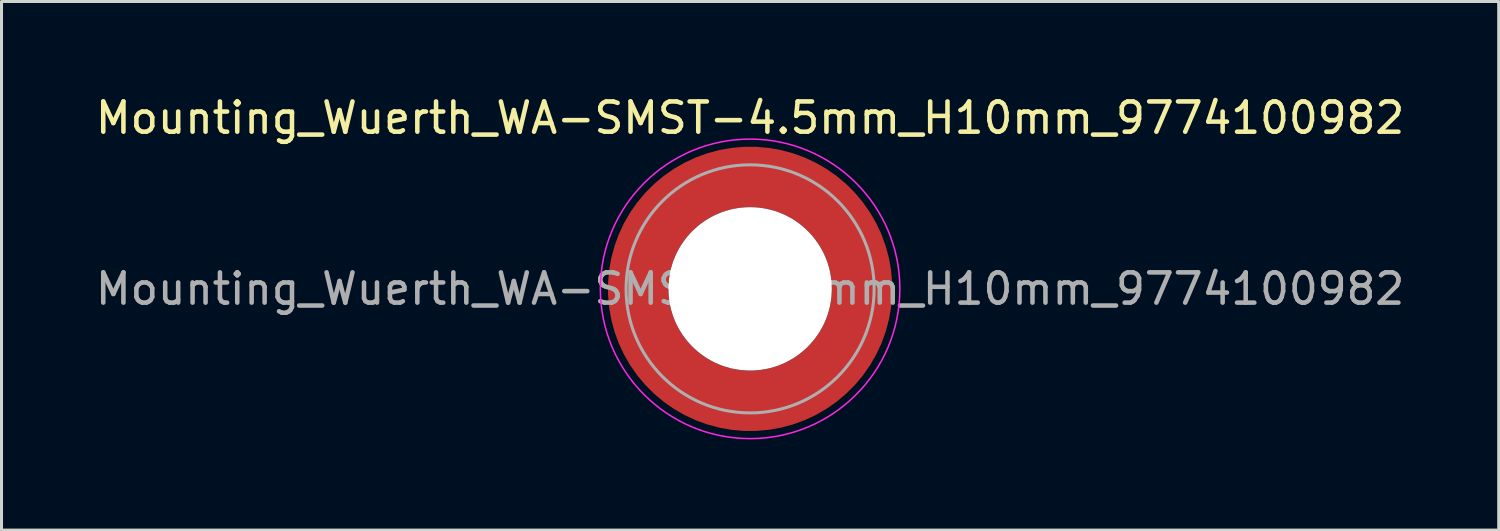
<source format=kicad_pcb>
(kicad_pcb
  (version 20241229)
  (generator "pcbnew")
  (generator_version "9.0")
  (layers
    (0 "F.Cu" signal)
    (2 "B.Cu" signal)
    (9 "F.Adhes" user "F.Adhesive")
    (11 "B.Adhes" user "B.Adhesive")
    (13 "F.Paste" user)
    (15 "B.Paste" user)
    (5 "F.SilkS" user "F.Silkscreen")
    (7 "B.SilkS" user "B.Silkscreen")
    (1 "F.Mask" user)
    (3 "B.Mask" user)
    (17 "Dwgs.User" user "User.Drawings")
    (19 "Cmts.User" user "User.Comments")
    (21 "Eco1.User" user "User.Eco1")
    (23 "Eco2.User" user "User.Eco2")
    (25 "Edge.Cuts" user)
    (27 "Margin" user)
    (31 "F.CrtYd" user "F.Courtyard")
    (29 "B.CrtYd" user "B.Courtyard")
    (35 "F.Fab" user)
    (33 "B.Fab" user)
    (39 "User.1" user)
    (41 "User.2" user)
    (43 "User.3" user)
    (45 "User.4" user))
  (footprint "Mounting_Wuerth_WA-SMST-4.5mm_H10mm_9774100982"
    (layer "F.Cu")
    (at 21.744 6.498)
    (property "Reference" "Mounting_Wuerth_WA-SMST-4.5mm_H10mm_9774100982" (at 0 -5.65 0) (layer "F.SilkS") (effects (font (size 1 1) (thickness 0.15))))
    (attr smd)
    (fp_circle (center 0 0) (end 4.95 0) (stroke (width 0.05) (type solid)) (fill no) (layer "F.CrtYd"))
    (fp_circle (center 0 0) (end 4.1 0) (stroke (width 0.1) (type solid)) (fill no) (layer "F.Fab"))
    (fp_text user "${REFERENCE}" (at 0 0 0) (layer "F.Fab") (effects (font (size 1 1) (thickness 0.15))))
    (pad "" smd custom (at -2.607 -2.607) (size 1.495 1.495) (layers "F.Paste") (options (anchor circle)) (primitives (gr_arc (start -0.188183 2.107456) (mid 0.599273 0.599273) (end 2.107456 -0.188183) (width 0.2)) (gr_arc (start -0.289416 2.107456) (mid 0.52877 0.52877) (end 2.107456 -0.289416) (width 0.2)) (gr_arc (start -0.390547 2.107456) (mid 0.458268 0.458268) (end 2.107456 -0.390547) (width 0.2)) (gr_arc (start -0.491585 2.107456) (mid 0.387765 0.387765) (end 2.107456 -0.491585) (width 0.2)) (gr_arc (start -0.59254 2.107456) (mid 0.317262 0.317262) (end 2.107456 -0.59254) (width 0.2)) (gr_arc (start -0.693419 2.107456) (mid 0.24676 0.24676) (end 2.107456 -0.693419) (width 0.2)) (gr_arc (start -0.794229 2.107456) (mid 0.176257 0.176257) (end 2.107456 -0.794229) (width 0.2)) (gr_arc (start -0.894975 2.107456) (mid 0.105754 0.105754) (end 2.107456 -0.894975) (width 0.2)) (gr_arc (start -0.995664 2.107456) (mid 0.035251 0.035251) (end 2.107456 -0.995664) (width 0.2)) (gr_arc (start -1.0963 2.107456) (mid -0.035252 -0.035252) (end 2.107456 -1.0963) (width 0.2)) (gr_arc (start -1.196886 2.107456) (mid -0.105754 -0.105754) (end 2.107456 -1.196886) (width 0.2)) (gr_arc (start -1.297427 2.107456) (mid -0.176257 -0.176257) (end 2.107456 -1.297427) (width 0.2)) (gr_arc (start -1.397927 2.107456) (mid -0.24676 -0.24676) (end 2.107456 -1.397927) (width 0.2)) (gr_arc (start -1.498388 2.107456) (mid -0.317262 -0.317262) (end 2.107456 -1.498388) (width 0.2)) (gr_arc (start -1.598813 2.107456) (mid -0.387765 -0.387765) (end 2.107456 -1.598813) (width 0.2)) (gr_arc (start -1.699204 2.107456) (mid -0.458267 -0.458267) (end 2.107456 -1.699204) (width 0.2)) (gr_arc (start -1.799565 2.107456) (mid -0.528771 -0.528771) (end 2.107456 -1.799565) (width 0.2)) (gr_arc (start -1.899896 2.107456) (mid -0.599273 -0.599273) (end 2.107456 -1.899896) (width 0.2)) (gr_arc (start -1.899896 2.107456) (mid -0.599273 -0.599273) (end 2.107456 -1.899896) (width 0.2)) (gr_line (start 2.107 -0.188) (end 2.107 -1.9) (width 0.2)) (gr_line (start -0.188 2.107) (end -1.9 2.107) (width 0.2))))
    (pad "" smd custom (at -2.607 2.607) (size 1.495 1.495) (layers "F.Paste") (options (anchor circle)) (primitives (gr_arc (start 2.107456 0.188183) (mid 0.599273 -0.599273) (end -0.188183 -2.107456) (width 0.2)) (gr_arc (start 2.107456 0.289416) (mid 0.52877 -0.52877) (end -0.289416 -2.107456) (width 0.2)) (gr_arc (start 2.107456 0.390547) (mid 0.458268 -0.458268) (end -0.390547 -2.107456) (width 0.2)) (gr_arc (start 2.107456 0.491585) (mid 0.387765 -0.387765) (end -0.491585 -2.107456) (width 0.2)) (gr_arc (start 2.107456 0.59254) (mid 0.317262 -0.317262) (end -0.59254 -2.107456) (width 0.2)) (gr_arc (start 2.107456 0.693419) (mid 0.24676 -0.24676) (end -0.693419 -2.107456) (width 0.2)) (gr_arc (start 2.107456 0.794229) (mid 0.176257 -0.176257) (end -0.794229 -2.107456) (width 0.2)) (gr_arc (start 2.107456 0.894975) (mid 0.105754 -0.105754) (end -0.894975 -2.107456) (width 0.2)) (gr_arc (start 2.107456 0.995664) (mid 0.035251 -0.035251) (end -0.995664 -2.107456) (width 0.2)) (gr_arc (start 2.107456 1.0963) (mid -0.035252 0.035252) (end -1.0963 -2.107456) (width 0.2)) (gr_arc (start 2.107456 1.196886) (mid -0.105754 0.105754) (end -1.196886 -2.107456) (width 0.2)) (gr_arc (start 2.107456 1.297427) (mid -0.176257 0.176257) (end -1.297427 -2.107456) (width 0.2)) (gr_arc (start 2.107456 1.397927) (mid -0.24676 0.24676) (end -1.397927 -2.107456) (width 0.2)) (gr_arc (start 2.107456 1.498388) (mid -0.317262 0.317262) (end -1.498388 -2.107456) (width 0.2)) (gr_arc (start 2.107456 1.598813) (mid -0.387765 0.387765) (end -1.598813 -2.107456) (width 0.2)) (gr_arc (start 2.107456 1.699204) (mid -0.458267 0.458267) (end -1.699204 -2.107456) (width 0.2)) (gr_arc (start 2.107456 1.799565) (mid -0.528771 0.528771) (end -1.799565 -2.107456) (width 0.2)) (gr_arc (start 2.107456 1.899896) (mid -0.599273 0.599273) (end -1.899896 -2.107456) (width 0.2)) (gr_arc (start 2.107456 1.899896) (mid -0.599273 0.599273) (end -1.899896 -2.107456) (width 0.2)) (gr_line (start -0.188 -2.107) (end -1.9 -2.107) (width 0.2)) (gr_line (start 2.107 0.188) (end 2.107 1.9) (width 0.2))))
    (pad "" np_thru_hole circle (at 0 0) (size 5.4 5.4) (drill 5.4) (layers "*.Cu" "*.Mask"))
    (pad "" smd custom (at 2.607 -2.607) (size 1.495 1.495) (layers "F.Paste") (options (anchor circle)) (primitives (gr_arc (start -2.107456 -0.188183) (mid -0.599273 0.599273) (end 0.188183 2.107456) (width 0.2)) (gr_arc (start -2.107456 -0.289416) (mid -0.52877 0.52877) (end 0.289416 2.107456) (width 0.2)) (gr_arc (start -2.107456 -0.390547) (mid -0.458268 0.458268) (end 0.390547 2.107456) (width 0.2)) (gr_arc (start -2.107456 -0.491585) (mid -0.387765 0.387765) (end 0.491585 2.107456) (width 0.2)) (gr_arc (start -2.107456 -0.59254) (mid -0.317262 0.317262) (end 0.59254 2.107456) (width 0.2)) (gr_arc (start -2.107456 -0.693419) (mid -0.24676 0.24676) (end 0.693419 2.107456) (width 0.2)) (gr_arc (start -2.107456 -0.794229) (mid -0.176257 0.176257) (end 0.794229 2.107456) (width 0.2)) (gr_arc (start -2.107456 -0.894975) (mid -0.105754 0.105754) (end 0.894975 2.107456) (width 0.2)) (gr_arc (start -2.107456 -0.995664) (mid -0.035251 0.035251) (end 0.995664 2.107456) (width 0.2)) (gr_arc (start -2.107456 -1.0963) (mid 0.035252 -0.035252) (end 1.0963 2.107456) (width 0.2)) (gr_arc (start -2.107456 -1.196886) (mid 0.105754 -0.105754) (end 1.196886 2.107456) (width 0.2)) (gr_arc (start -2.107456 -1.297427) (mid 0.176257 -0.176257) (end 1.297427 2.107456) (width 0.2)) (gr_arc (start -2.107456 -1.397927) (mid 0.24676 -0.24676) (end 1.397927 2.107456) (width 0.2)) (gr_arc (start -2.107456 -1.498388) (mid 0.317262 -0.317262) (end 1.498388 2.107456) (width 0.2)) (gr_arc (start -2.107456 -1.598813) (mid 0.387765 -0.387765) (end 1.598813 2.107456) (width 0.2)) (gr_arc (start -2.107456 -1.699204) (mid 0.458267 -0.458267) (end 1.699204 2.107456) (width 0.2)) (gr_arc (start -2.107456 -1.799565) (mid 0.528771 -0.528771) (end 1.799565 2.107456) (width 0.2)) (gr_arc (start -2.107456 -1.899896) (mid 0.599273 -0.599273) (end 1.899896 2.107456) (width 0.2)) (gr_arc (start -2.107456 -1.899896) (mid 0.599273 -0.599273) (end 1.899896 2.107456) (width 0.2)) (gr_line (start 0.188 2.107) (end 1.9 2.107) (width 0.2)) (gr_line (start -2.107 -0.188) (end -2.107 -1.9) (width 0.2))))
    (pad "" smd custom (at 2.607 2.607) (size 1.495 1.495) (layers "F.Paste") (options (anchor circle)) (primitives (gr_arc (start 0.188183 -2.107456) (mid -0.599273 -0.599273) (end -2.107456 0.188183) (width 0.2)) (gr_arc (start 0.289416 -2.107456) (mid -0.52877 -0.52877) (end -2.107456 0.289416) (width 0.2)) (gr_arc (start 0.390547 -2.107456) (mid -0.458268 -0.458268) (end -2.107456 0.390547) (width 0.2)) (gr_arc (start 0.491585 -2.107456) (mid -0.387765 -0.387765) (end -2.107456 0.491585) (width 0.2)) (gr_arc (start 0.59254 -2.107456) (mid -0.317262 -0.317262) (end -2.107456 0.59254) (width 0.2)) (gr_arc (start 0.693419 -2.107456) (mid -0.24676 -0.24676) (end -2.107456 0.693419) (width 0.2)) (gr_arc (start 0.794229 -2.107456) (mid -0.176257 -0.176257) (end -2.107456 0.794229) (width 0.2)) (gr_arc (start 0.894975 -2.107456) (mid -0.105754 -0.105754) (end -2.107456 0.894975) (width 0.2)) (gr_arc (start 0.995664 -2.107456) (mid -0.035251 -0.035251) (end -2.107456 0.995664) (width 0.2)) (gr_arc (start 1.0963 -2.107456) (mid 0.035252 0.035252) (end -2.107456 1.0963) (width 0.2)) (gr_arc (start 1.196886 -2.107456) (mid 0.105754 0.105754) (end -2.107456 1.196886) (width 0.2)) (gr_arc (start 1.297427 -2.107456) (mid 0.176257 0.176257) (end -2.107456 1.297427) (width 0.2)) (gr_arc (start 1.397927 -2.107456) (mid 0.24676 0.24676) (end -2.107456 1.397927) (width 0.2)) (gr_arc (start 1.498388 -2.107456) (mid 0.317262 0.317262) (end -2.107456 1.498388) (width 0.2)) (gr_arc (start 1.598813 -2.107456) (mid 0.387765 0.387765) (end -2.107456 1.598813) (width 0.2)) (gr_arc (start 1.699204 -2.107456) (mid 0.458267 0.458267) (end -2.107456 1.699204) (width 0.2)) (gr_arc (start 1.799565 -2.107456) (mid 0.528771 0.528771) (end -2.107456 1.799565) (width 0.2)) (gr_arc (start 1.899896 -2.107456) (mid 0.599273 0.599273) (end -2.107456 1.899896) (width 0.2)) (gr_arc (start 1.899896 -2.107456) (mid 0.599273 0.599273) (end -2.107456 1.899896) (width 0.2)) (gr_line (start -2.107 0.188) (end -2.107 1.9) (width 0.2)) (gr_line (start 0.188 -2.107) (end 1.9 -2.107) (width 0.2))))
    (pad "1" smd circle (at -3.7 0) (size 1.6 1.6) (layers "F.Cu"))
    (pad "1" smd circle (at 0 -3.7) (size 1.6 1.6) (layers "F.Cu"))
    (pad "1" smd circle (at 0 3.7) (size 1.6 1.6) (layers "F.Cu"))
    (pad "1" smd custom (at 3.7 0) (size 1.6 1.6) (layers "F.Cu" "F.Mask") (options (anchor circle)) (primitives (gr_circle (center -3.7 0) (end 0 0) (width 2) (fill no)))))
  (gr_rect
    (start -3 -3)
    (end 46.488 14.473)
    (stroke (width 0.1) (type default))
    (fill no)
    (layer "Edge.Cuts")))
</source>
